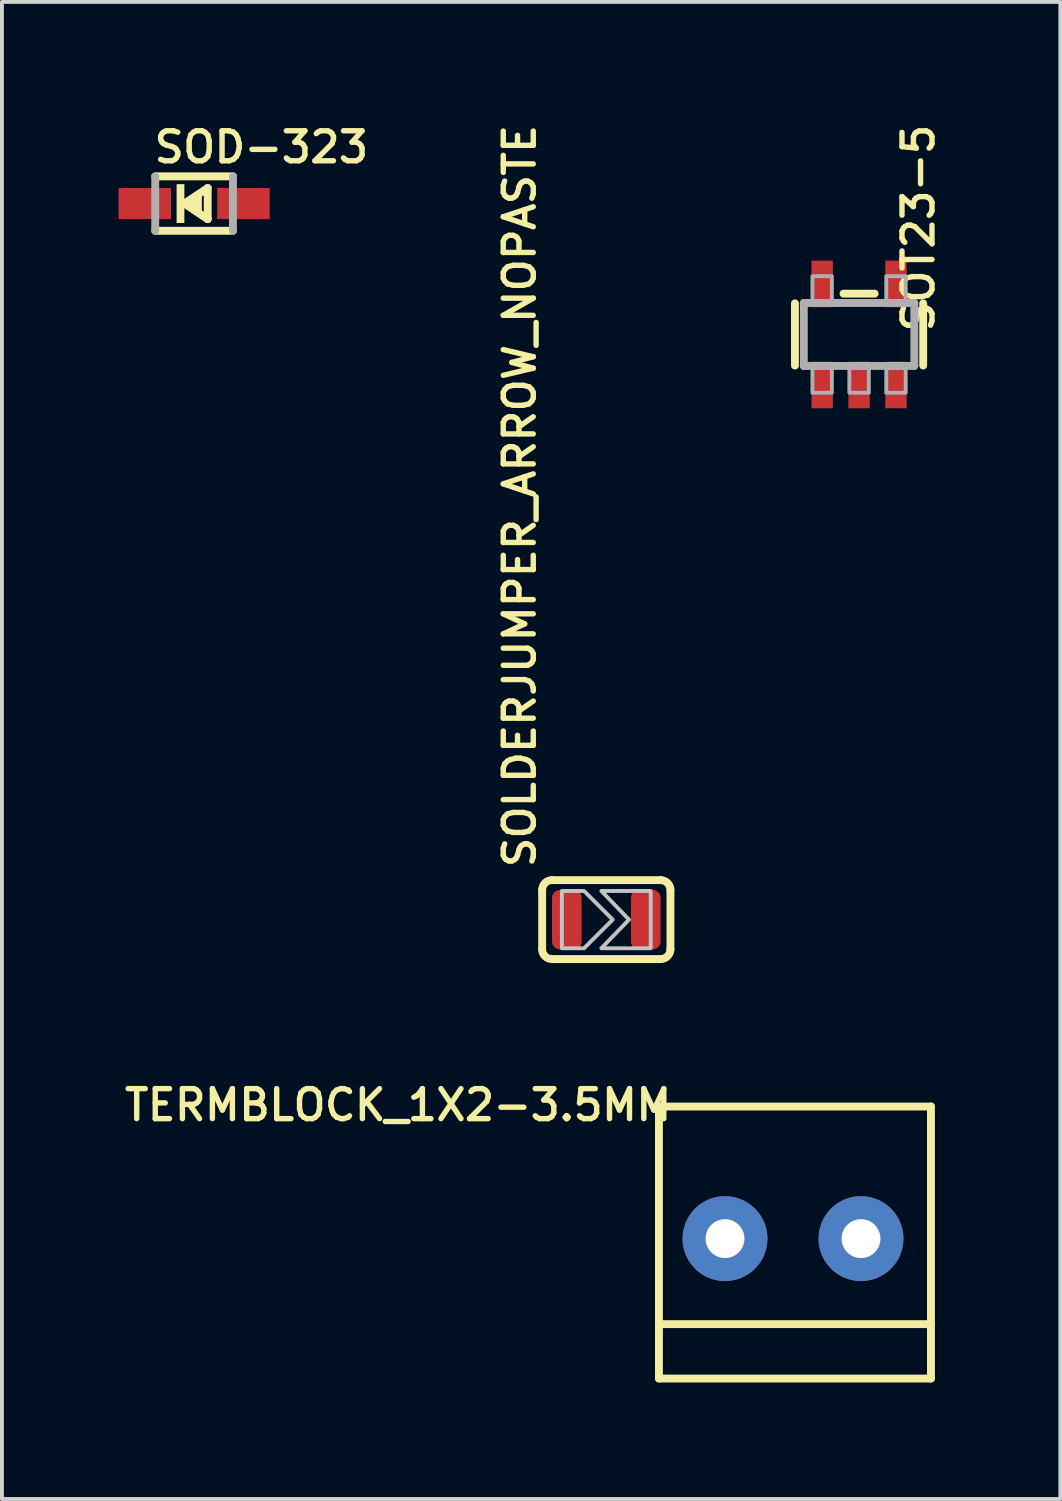
<source format=kicad_pcb>
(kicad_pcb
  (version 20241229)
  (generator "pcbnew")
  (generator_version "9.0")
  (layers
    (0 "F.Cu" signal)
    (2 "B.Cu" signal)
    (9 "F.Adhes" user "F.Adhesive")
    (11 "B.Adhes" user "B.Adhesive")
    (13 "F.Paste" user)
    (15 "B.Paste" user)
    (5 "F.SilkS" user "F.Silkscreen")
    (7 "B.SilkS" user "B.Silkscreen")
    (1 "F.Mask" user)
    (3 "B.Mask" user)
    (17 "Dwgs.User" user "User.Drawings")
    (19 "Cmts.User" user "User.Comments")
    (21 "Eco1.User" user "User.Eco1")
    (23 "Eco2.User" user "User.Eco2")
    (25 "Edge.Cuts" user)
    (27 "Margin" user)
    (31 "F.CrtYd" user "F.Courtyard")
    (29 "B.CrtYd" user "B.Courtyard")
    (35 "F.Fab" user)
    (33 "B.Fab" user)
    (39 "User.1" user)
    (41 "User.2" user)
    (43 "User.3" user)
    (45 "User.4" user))
  (footprint "SOT23-5"
    (layer "F.Cu")
    (at 19.058 5.557)
    (property "Reference" "SOT23-5" (at 1.978 0 90) (layer "F.SilkS") (effects (font (size 0.772 0.772) (thickness 0.139)) (justify left bottom)))
    (attr through_hole)
    (fp_line (start -1.65 -0.8) (end -1.65 0.8) (stroke (width 0.203) (type solid)) (layer "F.SilkS"))
    (fp_line (start -0.4 -1.05) (end 0.4 -1.05) (stroke (width 0.203) (type solid)) (layer "F.SilkS"))
    (fp_line (start 1.65 -0.8) (end 1.65 0.8) (stroke (width 0.203) (type solid)) (layer "F.SilkS"))
    (fp_line (start -1.422 -0.81) (end 1.422 -0.81) (stroke (width 0.203) (type solid)) (layer "F.Fab"))
    (fp_line (start -1.422 0.81) (end -1.422 -0.81) (stroke (width 0.203) (type solid)) (layer "F.Fab"))
    (fp_line (start 1.422 -0.81) (end 1.422 0.81) (stroke (width 0.203) (type solid)) (layer "F.Fab"))
    (fp_line (start 1.422 0.81) (end -1.422 0.81) (stroke (width 0.203) (type solid)) (layer "F.Fab"))
    (fp_poly (pts (xy -1.2 -0.85) (xy -0.7 -0.85) (xy -0.7 -1.5) (xy -1.2 -1.5)) (stroke (width 0.1) (type solid)) (fill no) (layer "F.Fab"))
    (fp_poly (pts (xy -1.2 1.5) (xy -0.7 1.5) (xy -0.7 0.85) (xy -1.2 0.85)) (stroke (width 0.1) (type solid)) (fill no) (layer "F.Fab"))
    (fp_poly (pts (xy -0.25 1.5) (xy 0.25 1.5) (xy 0.25 0.85) (xy -0.25 0.85)) (stroke (width 0.1) (type solid)) (fill no) (layer "F.Fab"))
    (fp_poly (pts (xy 0.7 -0.85) (xy 1.2 -0.85) (xy 1.2 -1.5) (xy 0.7 -1.5)) (stroke (width 0.1) (type solid)) (fill no) (layer "F.Fab"))
    (fp_poly (pts (xy 0.7 1.5) (xy 1.2 1.5) (xy 1.2 0.85) (xy 0.7 0.85)) (stroke (width 0.1) (type solid)) (fill no) (layer "F.Fab"))
    (pad "1" smd rect (at -0.95 1.3) (size 0.55 1.2) (layers "F.Cu" "F.Mask" "F.Paste"))
    (pad "2" smd rect (at 0 1.3) (size 0.55 1.2) (layers "F.Cu" "F.Mask" "F.Paste"))
    (pad "3" smd rect (at 0.95 1.3) (size 0.55 1.2) (layers "F.Cu" "F.Mask" "F.Paste"))
    (pad "4" smd rect (at 0.95 -1.3) (size 0.55 1.2) (layers "F.Cu" "F.Mask" "F.Paste"))
    (pad "5" smd rect (at -0.95 -1.3) (size 0.55 1.2) (layers "F.Cu" "F.Mask" "F.Paste")))
  (footprint "TERMBLOCK_1X2-3.5MM"
    (layer "F.Cu")
    (at 17.308 28.826)
    (property "Reference" "TERMBLOCK_1X2-3.5MM" (at -3 -3.89 180) (layer "F.SilkS") (effects (font (size 0.772 0.772) (thickness 0.139)) (justify right top)))
    (attr through_hole)
    (fp_line (start -3.4 -3.4) (end -3.4 2.2) (stroke (width 0.203) (type solid)) (layer "F.SilkS"))
    (fp_line (start -3.4 2.2) (end -3.4 3.6) (stroke (width 0.203) (type solid)) (layer "F.SilkS"))
    (fp_line (start -3.4 2.2) (end 3.6 2.2) (stroke (width 0.203) (type solid)) (layer "F.SilkS"))
    (fp_line (start -3.4 3.6) (end 3.6 3.6) (stroke (width 0.203) (type solid)) (layer "F.SilkS"))
    (fp_line (start 3.6 -3.4) (end -3.4 -3.4) (stroke (width 0.203) (type solid)) (layer "F.SilkS"))
    (fp_line (start 3.6 2.2) (end 3.6 -3.4) (stroke (width 0.203) (type solid)) (layer "F.SilkS"))
    (fp_line (start 3.6 3.6) (end 3.6 2.2) (stroke (width 0.203) (type solid)) (layer "F.SilkS"))
    (pad "1" thru_hole circle (at 1.8 0) (size 2.184 2.184) (drill 1) (layers "*.Cu" "*.Mask"))
    (pad "2" thru_hole circle (at -1.7 0) (size 2.184 2.184) (drill 1) (layers "*.Cu" "*.Mask")))
  (footprint "SOLDERJUMPER_ARROW_NOPASTE"
    (layer "F.Cu")
    (at 12.553 20.616)
    (property "Reference" "SOLDERJUMPER_ARROW_NOPASTE" (at -1.778 -1.27 90) (layer "F.SilkS") (effects (font (size 0.772 0.772) (thickness 0.139)) (justify left bottom)))
    (attr through_hole)
    (fp_poly (pts (xy -1.46 0.826) (xy 1.46 0.826) (xy 1.46 -0.826) (xy -1.46 -0.826)) (stroke (width 0) (type solid)) (fill yes) (layer "F.Mask"))
    (fp_line (start -1.651 0.762) (end -1.651 -0.762) (stroke (width 0.203) (type solid)) (layer "F.SilkS"))
    (fp_line (start -1.397 -1.016) (end 1.397 -1.016) (stroke (width 0.203) (type solid)) (layer "F.SilkS"))
    (fp_line (start 1.397 1.016) (end -1.397 1.016) (stroke (width 0.203) (type solid)) (layer "F.SilkS"))
    (fp_line (start 1.651 0.762) (end 1.651 -0.762) (stroke (width 0.203) (type solid)) (layer "F.SilkS"))
    (fp_arc (start -1.651 -0.762) (mid -1.576605 -0.941605) (end -1.397 -1.016) (stroke (width 0.2032) (type solid)) (layer "F.SilkS"))
    (fp_arc (start -1.397 1.016) (mid -1.576605 0.941605) (end -1.651 0.762) (stroke (width 0.2032) (type solid)) (layer "F.SilkS"))
    (fp_arc (start 1.397 -1.016) (mid 1.576605 -0.941605) (end 1.651 -0.762) (stroke (width 0.2032) (type solid)) (layer "F.SilkS"))
    (fp_arc (start 1.651 0.762) (mid 1.576605 0.941605) (end 1.397 1.016) (stroke (width 0.2032) (type solid)) (layer "F.SilkS"))
    (fp_poly (pts (xy -1.143 -0.737) (xy -0.572 -0.737) (xy 0.165 0) (xy -0.572 0.737) (xy -1.143 0.737)) (stroke (width 0.1) (type solid)) (fill no) (layer "Dwgs.User"))
    (fp_poly (pts (xy -0.127 -0.737) (xy 0.584 0) (xy -0.127 0.737) (xy 1.143 0.737) (xy 1.143 -0.737)) (stroke (width 0.1) (type solid)) (fill no) (layer "Dwgs.User"))
    (pad "1" smd roundrect (at -1.016 0) (size 0.762 1.524) (layers "F.Cu" "F.Mask") (roundrect_rratio 0.25))
    (pad "2" smd roundrect (at 1.016 0) (size 0.762 1.524) (layers "F.Cu" "F.Mask") (roundrect_rratio 0.25)))
  (footprint "SOD-323"
    (layer "F.Cu")
    (at 1.945 2.189)
    (property "Reference" "SOD-323" (at -1.1 -1 0) (layer "F.SilkS") (effects (font (size 0.772 0.772) (thickness 0.139)) (justify left bottom)))
    (attr through_hole)
    (fp_line (start -1 -0.7) (end 1 -0.7) (stroke (width 0.203) (type solid)) (layer "F.SilkS"))
    (fp_line (start -0.25 0) (end 0.35 -0.4) (stroke (width 0.203) (type solid)) (layer "F.SilkS"))
    (fp_line (start 0.35 -0.4) (end 0.35 0.4) (stroke (width 0.203) (type solid)) (layer "F.SilkS"))
    (fp_line (start 0.35 0.4) (end -0.25 0) (stroke (width 0.203) (type solid)) (layer "F.SilkS"))
    (fp_line (start 1 0.7) (end -1 0.7) (stroke (width 0.203) (type solid)) (layer "F.SilkS"))
    (fp_poly (pts (xy -0.1 0) (xy 0.2 -0.2) (xy 0.2 0.2)) (stroke (width 0) (type solid)) (fill yes) (layer "F.SilkS"))
    (fp_poly (pts (xy -0.45 0.5) (xy -0.25 0.5) (xy -0.25 -0.5) (xy -0.45 -0.5)) (stroke (width 0) (type solid)) (fill yes) (layer "F.SilkS"))
    (fp_line (start -1 0.7) (end -1 -0.7) (stroke (width 0.203) (type solid)) (layer "F.Fab"))
    (fp_line (start 1 -0.7) (end 1 0.7) (stroke (width 0.203) (type solid)) (layer "F.Fab"))
    (pad "A" smd rect (at 1.27 0) (size 1.35 0.8) (layers "F.Cu" "F.Mask" "F.Paste"))
    (pad "C" smd rect (at -1.27 0) (size 1.35 0.8) (layers "F.Cu" "F.Mask" "F.Paste")))
  (gr_rect
    (start -3 -3)
    (end 24.238 35.527)
    (stroke (width 0.1) (type default))
    (fill no)
    (layer "Edge.Cuts")))
</source>
